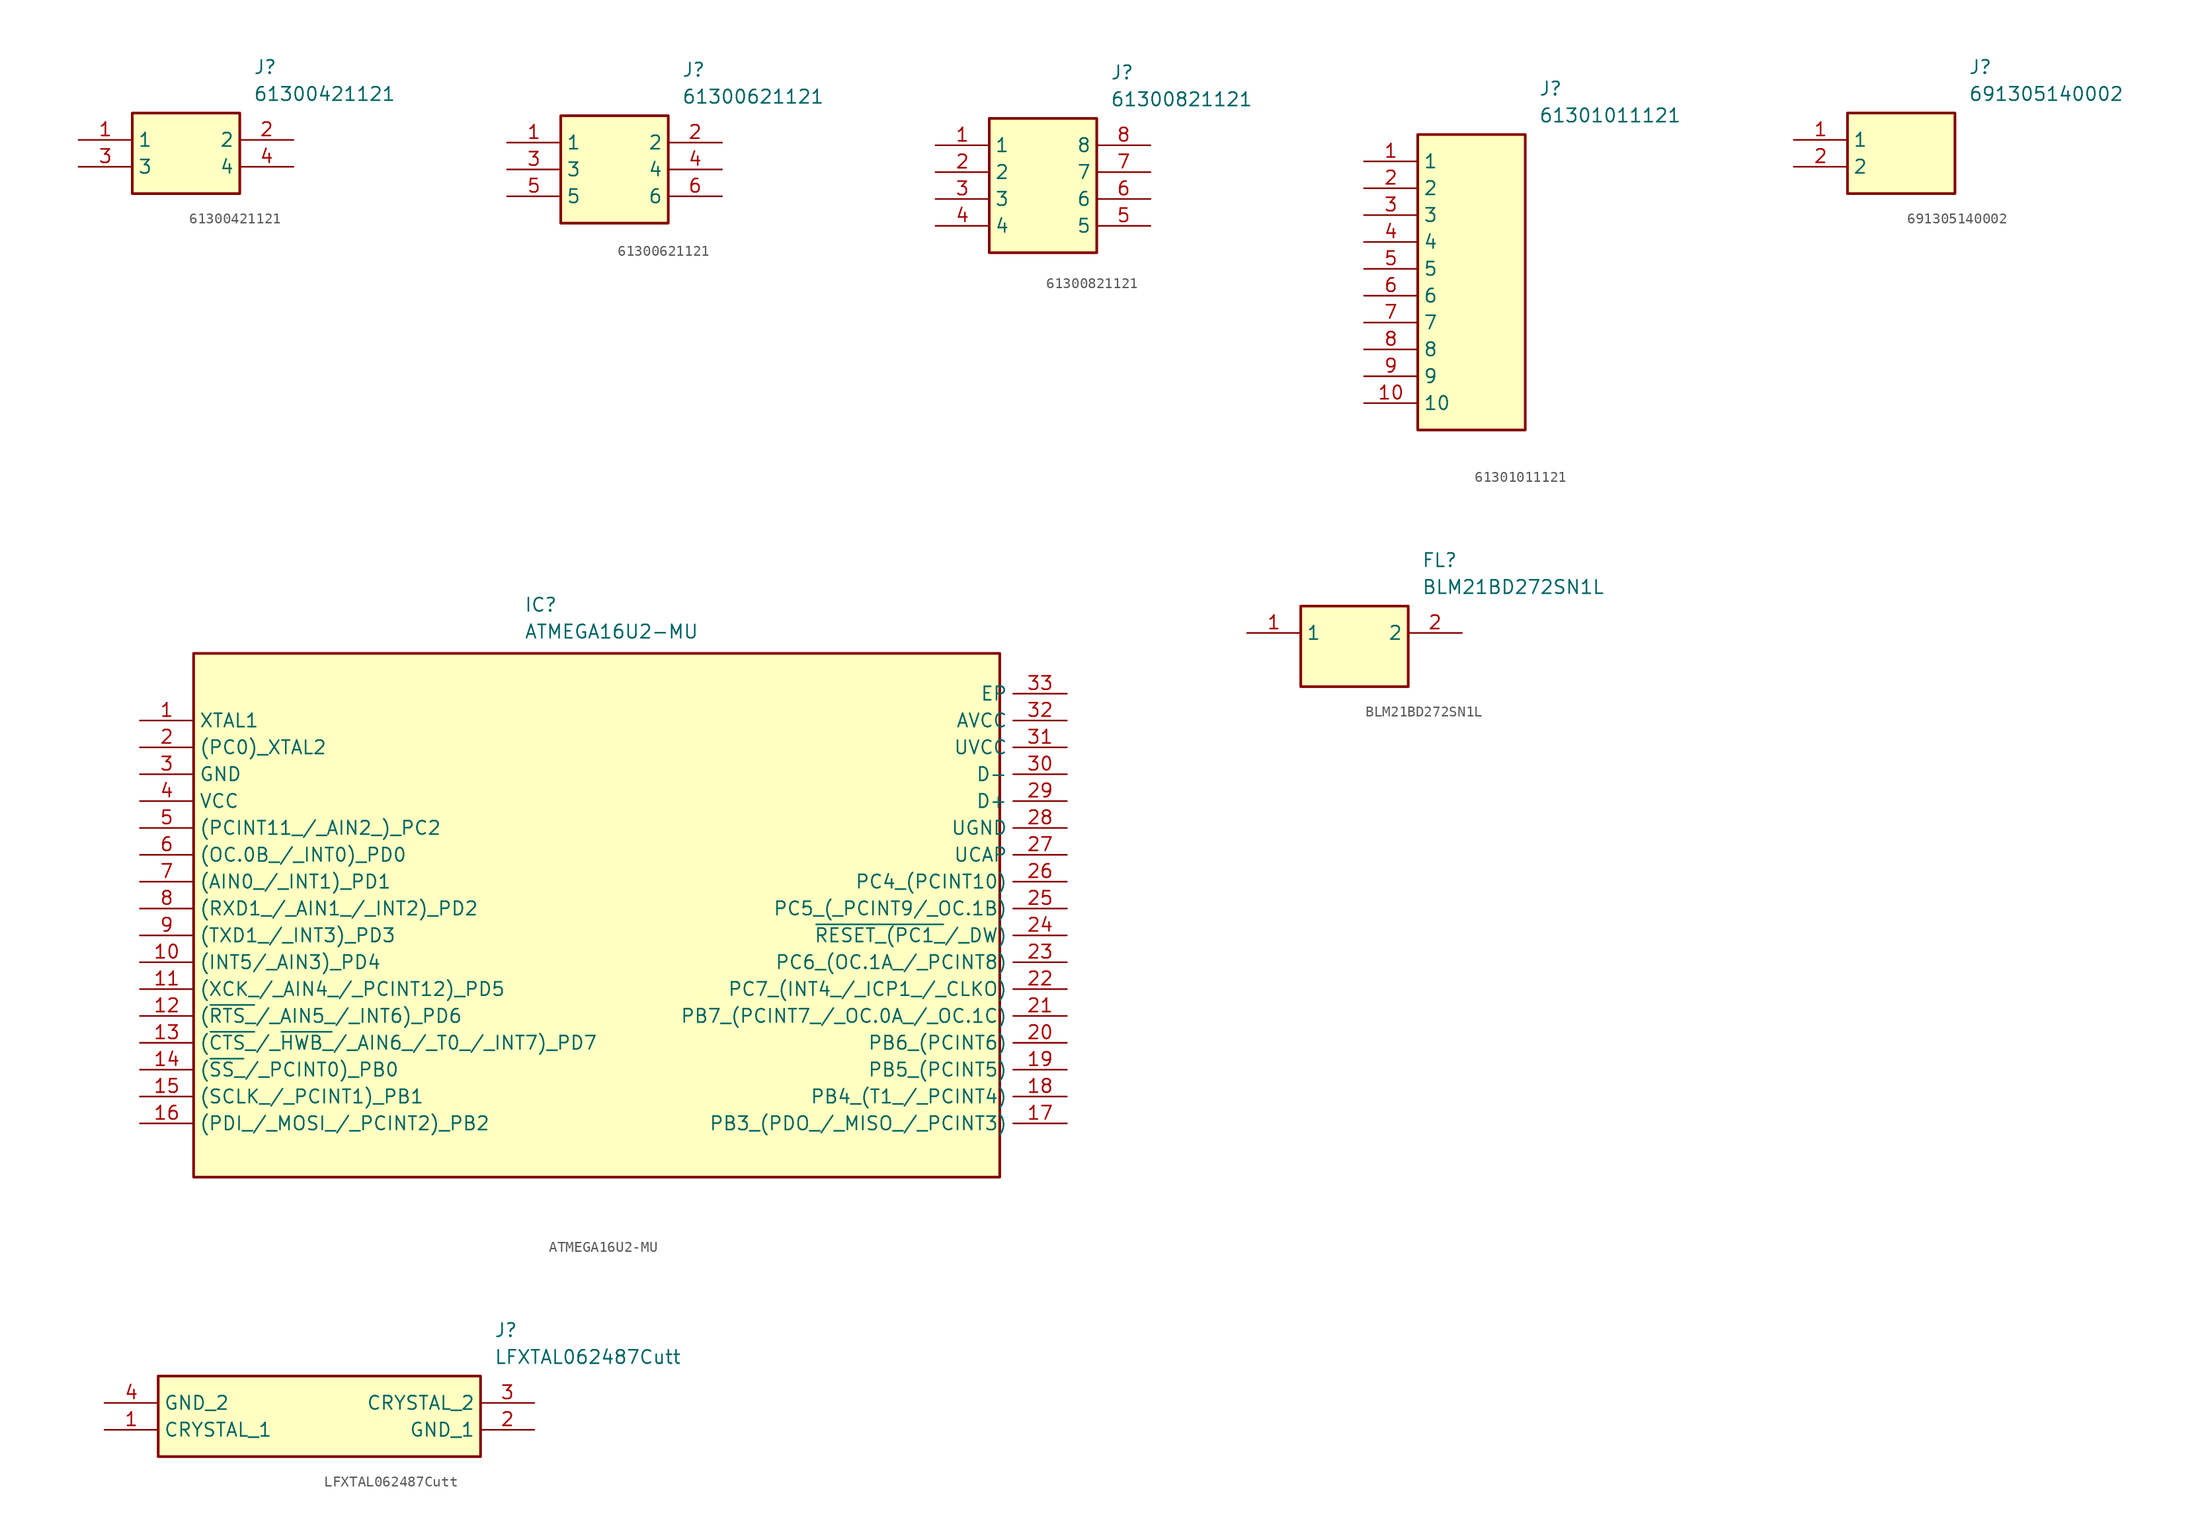
<source format=kicad_sym>
(kicad_symbol_lib
  (version 20231120)
  (generator "kicad_symbol_editor")
  (generator_version "8.0")
  (symbol "61300421121"
    (property "Reference" "J"
      (at 16.51 7.62 0)
      (effects (font (size 1.27 1.27)) (justify left top)))
    (property "Value" "61300421121"
      (at 16.51 5.08 0)
      (effects (font (size 1.27 1.27)) (justify left top)))
    (symbol "61300421121_1_1"
      (rectangle (start 5.08 2.54) (end 15.24 -5.08) (stroke (width 0.254) (type default)) (fill (type background)))
      (pin passive line (at 0 0 0) (length 5.08) (name "1" (effects (font (size 1.27 1.27)))) (number "1" (effects (font (size 1.27 1.27)))))
      (pin passive line (at 20.32 0 180) (length 5.08) (name "2" (effects (font (size 1.27 1.27)))) (number "2" (effects (font (size 1.27 1.27)))))
      (pin passive line (at 0 -2.54 0) (length 5.08) (name "3" (effects (font (size 1.27 1.27)))) (number "3" (effects (font (size 1.27 1.27)))))
      (pin passive line (at 20.32 -2.54 180) (length 5.08) (name "4" (effects (font (size 1.27 1.27)))) (number "4" (effects (font (size 1.27 1.27)))))))
  (symbol "61300621121"
    (property "Reference" "J"
      (at 16.51 7.62 0)
      (effects (font (size 1.27 1.27)) (justify left top)))
    (property "Value" "61300621121"
      (at 16.51 5.08 0)
      (effects (font (size 1.27 1.27)) (justify left top)))
    (symbol "61300621121_1_1"
      (rectangle (start 5.08 2.54) (end 15.24 -7.62) (stroke (width 0.254) (type default)) (fill (type background)))
      (pin passive line (at 0 0 0) (length 5.08) (name "1" (effects (font (size 1.27 1.27)))) (number "1" (effects (font (size 1.27 1.27)))))
      (pin passive line (at 20.32 0 180) (length 5.08) (name "2" (effects (font (size 1.27 1.27)))) (number "2" (effects (font (size 1.27 1.27)))))
      (pin passive line (at 0 -2.54 0) (length 5.08) (name "3" (effects (font (size 1.27 1.27)))) (number "3" (effects (font (size 1.27 1.27)))))
      (pin passive line (at 20.32 -2.54 180) (length 5.08) (name "4" (effects (font (size 1.27 1.27)))) (number "4" (effects (font (size 1.27 1.27)))))
      (pin passive line (at 0 -5.08 0) (length 5.08) (name "5" (effects (font (size 1.27 1.27)))) (number "5" (effects (font (size 1.27 1.27)))))
      (pin passive line (at 20.32 -5.08 180) (length 5.08) (name "6" (effects (font (size 1.27 1.27)))) (number "6" (effects (font (size 1.27 1.27)))))))
  (symbol "61300821121"
    (property "Reference" "J"
      (at 16.51 7.62 0)
      (effects (font (size 1.27 1.27)) (justify left top)))
    (property "Value" "61300821121"
      (at 16.51 5.08 0)
      (effects (font (size 1.27 1.27)) (justify left top)))
    (symbol "61300821121_1_1"
      (rectangle (start 5.08 2.54) (end 15.24 -10.16) (stroke (width 0.254) (type default)) (fill (type background)))
      (pin passive line (at 0 0 0) (length 5.08) (name "1" (effects (font (size 1.27 1.27)))) (number "1" (effects (font (size 1.27 1.27)))))
      (pin passive line (at 0 -2.54 0) (length 5.08) (name "2" (effects (font (size 1.27 1.27)))) (number "2" (effects (font (size 1.27 1.27)))))
      (pin passive line (at 0 -5.08 0) (length 5.08) (name "3" (effects (font (size 1.27 1.27)))) (number "3" (effects (font (size 1.27 1.27)))))
      (pin passive line (at 0 -7.62 0) (length 5.08) (name "4" (effects (font (size 1.27 1.27)))) (number "4" (effects (font (size 1.27 1.27)))))
      (pin passive line (at 20.32 -7.62 180) (length 5.08) (name "5" (effects (font (size 1.27 1.27)))) (number "5" (effects (font (size 1.27 1.27)))))
      (pin passive line (at 20.32 -5.08 180) (length 5.08) (name "6" (effects (font (size 1.27 1.27)))) (number "6" (effects (font (size 1.27 1.27)))))
      (pin passive line (at 20.32 -2.54 180) (length 5.08) (name "7" (effects (font (size 1.27 1.27)))) (number "7" (effects (font (size 1.27 1.27)))))
      (pin passive line (at 20.32 0 180) (length 5.08) (name "8" (effects (font (size 1.27 1.27)))) (number "8" (effects (font (size 1.27 1.27)))))))
  (symbol "61301011121"
    (property "Reference" "J"
      (at 16.51 7.62 0)
      (effects (font (size 1.27 1.27)) (justify left top)))
    (property "Value" "61301011121"
      (at 16.51 5.08 0)
      (effects (font (size 1.27 1.27)) (justify left top)))
    (symbol "61301011121_1_1"
      (rectangle (start 5.08 2.54) (end 15.24 -25.4) (stroke (width 0.254) (type default)) (fill (type background)))
      (pin passive line (at 0 0 0) (length 5.08) (name "1" (effects (font (size 1.27 1.27)))) (number "1" (effects (font (size 1.27 1.27)))))
      (pin passive line (at 0 -22.86 0) (length 5.08) (name "10" (effects (font (size 1.27 1.27)))) (number "10" (effects (font (size 1.27 1.27)))))
      (pin passive line (at 0 -2.54 0) (length 5.08) (name "2" (effects (font (size 1.27 1.27)))) (number "2" (effects (font (size 1.27 1.27)))))
      (pin passive line (at 0 -5.08 0) (length 5.08) (name "3" (effects (font (size 1.27 1.27)))) (number "3" (effects (font (size 1.27 1.27)))))
      (pin passive line (at 0 -7.62 0) (length 5.08) (name "4" (effects (font (size 1.27 1.27)))) (number "4" (effects (font (size 1.27 1.27)))))
      (pin passive line (at 0 -10.16 0) (length 5.08) (name "5" (effects (font (size 1.27 1.27)))) (number "5" (effects (font (size 1.27 1.27)))))
      (pin passive line (at 0 -12.7 0) (length 5.08) (name "6" (effects (font (size 1.27 1.27)))) (number "6" (effects (font (size 1.27 1.27)))))
      (pin passive line (at 0 -15.24 0) (length 5.08) (name "7" (effects (font (size 1.27 1.27)))) (number "7" (effects (font (size 1.27 1.27)))))
      (pin passive line (at 0 -17.78 0) (length 5.08) (name "8" (effects (font (size 1.27 1.27)))) (number "8" (effects (font (size 1.27 1.27)))))
      (pin passive line (at 0 -20.32 0) (length 5.08) (name "9" (effects (font (size 1.27 1.27)))) (number "9" (effects (font (size 1.27 1.27)))))))
  (symbol "691305140002"
    (property "Reference" "J"
      (at 16.51 7.62 0)
      (effects (font (size 1.27 1.27)) (justify left top)))
    (property "Value" "691305140002"
      (at 16.51 5.08 0)
      (effects (font (size 1.27 1.27)) (justify left top)))
    (symbol "691305140002_1_1"
      (rectangle (start 5.08 2.54) (end 15.24 -5.08) (stroke (width 0.254) (type default)) (fill (type background)))
      (pin passive line (at 0 0 0) (length 5.08) (name "1" (effects (font (size 1.27 1.27)))) (number "1" (effects (font (size 1.27 1.27)))))
      (pin passive line (at 0 -2.54 0) (length 5.08) (name "2" (effects (font (size 1.27 1.27)))) (number "2" (effects (font (size 1.27 1.27)))))))
  (symbol "ATMEGA16U2-MU"
    (property "Reference" "IC"
      (at 36.322 9.144 0)
      (effects (font (size 1.27 1.27)) (justify left top)))
    (property "Value" "ATMEGA16U2-MU"
      (at 36.322 6.604 0)
      (effects (font (size 1.27 1.27)) (justify left top)))
    (symbol "ATMEGA16U2-MU_1_1"
      (rectangle (start 5.08 3.81) (end 81.28 -45.72) (stroke (width 0.254) (type default)) (fill (type background)))
      (pin passive line (at 0 -2.54 0) (length 5.08) (name "XTAL1" (effects (font (size 1.27 1.27)))) (number "1" (effects (font (size 1.27 1.27)))))
      (pin passive line (at 0 -25.4 0) (length 5.08) (name "(INT5/_AIN3)_PD4" (effects (font (size 1.27 1.27)))) (number "10" (effects (font (size 1.27 1.27)))))
      (pin passive line (at 0 -27.94 0) (length 5.08) (name "(XCK_/_AIN4_/_PCINT12)_PD5" (effects (font (size 1.27 1.27)))) (number "11" (effects (font (size 1.27 1.27)))))
      (pin passive line (at 0 -30.48 0) (length 5.08) (name "(~{RTS_}/_AIN5_/_INT6)_PD6" (effects (font (size 1.27 1.27)))) (number "12" (effects (font (size 1.27 1.27)))))
      (pin passive line (at 0 -33.02 0) (length 5.08) (name "(~{CTS_}/_~{HWB_}/_AIN6_/_T0_/_INT7)_PD7" (effects (font (size 1.27 1.27)))) (number "13" (effects (font (size 1.27 1.27)))))
      (pin passive line (at 0 -35.56 0) (length 5.08) (name "(~{SS_}/_PCINT0)_PB0" (effects (font (size 1.27 1.27)))) (number "14" (effects (font (size 1.27 1.27)))))
      (pin passive line (at 0 -38.1 0) (length 5.08) (name "(SCLK_/_PCINT1)_PB1" (effects (font (size 1.27 1.27)))) (number "15" (effects (font (size 1.27 1.27)))))
      (pin passive line (at 0 -40.64 0) (length 5.08) (name "(PDI_/_MOSI_/_PCINT2)_PB2" (effects (font (size 1.27 1.27)))) (number "16" (effects (font (size 1.27 1.27)))))
      (pin passive line (at 87.63 -40.64 180) (length 5.08) (name "PB3_(PDO_/_MISO_/_PCINT3)" (effects (font (size 1.27 1.27)))) (number "17" (effects (font (size 1.27 1.27)))))
      (pin passive line (at 87.63 -38.1 180) (length 5.08) (name "PB4_(T1_/_PCINT4)" (effects (font (size 1.27 1.27)))) (number "18" (effects (font (size 1.27 1.27)))))
      (pin passive line (at 87.63 -35.56 180) (length 5.08) (name "PB5_(PCINT5)" (effects (font (size 1.27 1.27)))) (number "19" (effects (font (size 1.27 1.27)))))
      (pin passive line (at 0 -5.08 0) (length 5.08) (name "(PC0)_XTAL2" (effects (font (size 1.27 1.27)))) (number "2" (effects (font (size 1.27 1.27)))))
      (pin passive line (at 87.63 -33.02 180) (length 5.08) (name "PB6_(PCINT6)" (effects (font (size 1.27 1.27)))) (number "20" (effects (font (size 1.27 1.27)))))
      (pin passive line (at 87.63 -30.48 180) (length 5.08) (name "PB7_(PCINT7_/_OC.0A_/_OC.1C)" (effects (font (size 1.27 1.27)))) (number "21" (effects (font (size 1.27 1.27)))))
      (pin passive line (at 87.63 -27.94 180) (length 5.08) (name "PC7_(INT4_/_ICP1_/_CLKO)" (effects (font (size 1.27 1.27)))) (number "22" (effects (font (size 1.27 1.27)))))
      (pin passive line (at 87.63 -25.4 180) (length 5.08) (name "PC6_(OC.1A_/_PCINT8)" (effects (font (size 1.27 1.27)))) (number "23" (effects (font (size 1.27 1.27)))))
      (pin passive line (at 87.63 -22.86 180) (length 5.08) (name "~{RESET_(PC1_}/_DW)" (effects (font (size 1.27 1.27)))) (number "24" (effects (font (size 1.27 1.27)))))
      (pin passive line (at 87.63 -20.32 180) (length 5.08) (name "PC5_(_PCINT9/_OC.1B)" (effects (font (size 1.27 1.27)))) (number "25" (effects (font (size 1.27 1.27)))))
      (pin passive line (at 87.63 -17.78 180) (length 5.08) (name "PC4_(PCINT10)" (effects (font (size 1.27 1.27)))) (number "26" (effects (font (size 1.27 1.27)))))
      (pin passive line (at 87.63 -15.24 180) (length 5.08) (name "UCAP" (effects (font (size 1.27 1.27)))) (number "27" (effects (font (size 1.27 1.27)))))
      (pin passive line (at 87.63 -12.7 180) (length 5.08) (name "UGND" (effects (font (size 1.27 1.27)))) (number "28" (effects (font (size 1.27 1.27)))))
      (pin passive line (at 87.63 -10.16 180) (length 5.08) (name "D+" (effects (font (size 1.27 1.27)))) (number "29" (effects (font (size 1.27 1.27)))))
      (pin passive line (at 0 -7.62 0) (length 5.08) (name "GND" (effects (font (size 1.27 1.27)))) (number "3" (effects (font (size 1.27 1.27)))))
      (pin passive line (at 87.63 -7.62 180) (length 5.08) (name "D-" (effects (font (size 1.27 1.27)))) (number "30" (effects (font (size 1.27 1.27)))))
      (pin passive line (at 87.63 -5.08 180) (length 5.08) (name "UVCC" (effects (font (size 1.27 1.27)))) (number "31" (effects (font (size 1.27 1.27)))))
      (pin passive line (at 87.63 -2.54 180) (length 5.08) (name "AVCC" (effects (font (size 1.27 1.27)))) (number "32" (effects (font (size 1.27 1.27)))))
      (pin passive line (at 87.63 0 180) (length 5.08) (name "EP" (effects (font (size 1.27 1.27)))) (number "33" (effects (font (size 1.27 1.27)))))
      (pin passive line (at 0 -10.16 0) (length 5.08) (name "VCC" (effects (font (size 1.27 1.27)))) (number "4" (effects (font (size 1.27 1.27)))))
      (pin passive line (at 0 -12.7 0) (length 5.08) (name "(PCINT11_/_AIN2_)_PC2" (effects (font (size 1.27 1.27)))) (number "5" (effects (font (size 1.27 1.27)))))
      (pin passive line (at 0 -15.24 0) (length 5.08) (name "(OC.0B_/_INT0)_PD0" (effects (font (size 1.27 1.27)))) (number "6" (effects (font (size 1.27 1.27)))))
      (pin passive line (at 0 -17.78 0) (length 5.08) (name "(AIN0_/_INT1)_PD1" (effects (font (size 1.27 1.27)))) (number "7" (effects (font (size 1.27 1.27)))))
      (pin passive line (at 0 -20.32 0) (length 5.08) (name "(RXD1_/_AIN1_/_INT2)_PD2" (effects (font (size 1.27 1.27)))) (number "8" (effects (font (size 1.27 1.27)))))
      (pin passive line (at 0 -22.86 0) (length 5.08) (name "(TXD1_/_INT3)_PD3" (effects (font (size 1.27 1.27)))) (number "9" (effects (font (size 1.27 1.27)))))))
  (symbol "BLM21BD272SN1L"
    (property "Reference" "FL"
      (at 16.51 7.62 0)
      (effects (font (size 1.27 1.27)) (justify left top)))
    (property "Value" "BLM21BD272SN1L"
      (at 16.51 5.08 0)
      (effects (font (size 1.27 1.27)) (justify left top)))
    (symbol "BLM21BD272SN1L_1_1"
      (rectangle (start 5.08 2.54) (end 15.24 -5.08) (stroke (width 0.254) (type default)) (fill (type background)))
      (pin passive line (at 0 0 0) (length 5.08) (name "1" (effects (font (size 1.27 1.27)))) (number "1" (effects (font (size 1.27 1.27)))))
      (pin passive line (at 20.32 0 180) (length 5.08) (name "2" (effects (font (size 1.27 1.27)))) (number "2" (effects (font (size 1.27 1.27)))))))
  (symbol "LFXTAL062487Cutt"
    (property "Reference" "J"
      (at 36.83 7.62 0)
      (effects (font (size 1.27 1.27)) (justify left top)))
    (property "Value" "LFXTAL062487Cutt"
      (at 36.83 5.08 0)
      (effects (font (size 1.27 1.27)) (justify left top)))
    (rectangle
      (start 5.08 2.54)
      (end 35.56 -5.08)
      (stroke (width 0.254) (type default))
      (fill (type background)))
    (pin passive line
      (at 0 -2.54 0)
      (length 5.08)
      (name "CRYSTAL_1" (effects (font (size 1.27 1.27))))
      (number "1" (effects (font (size 1.27 1.27)))))
    (pin passive line
      (at 40.64 -2.54 180)
      (length 5.08)
      (name "GND_1" (effects (font (size 1.27 1.27))))
      (number "2" (effects (font (size 1.27 1.27)))))
    (pin passive line
      (at 40.64 0 180)
      (length 5.08)
      (name "CRYSTAL_2" (effects (font (size 1.27 1.27))))
      (number "3" (effects (font (size 1.27 1.27)))))
    (pin passive line
      (at 0 0 0)
      (length 5.08)
      (name "GND_2" (effects (font (size 1.27 1.27))))
      (number "4" (effects (font (size 1.27 1.27)))))))
</source>
